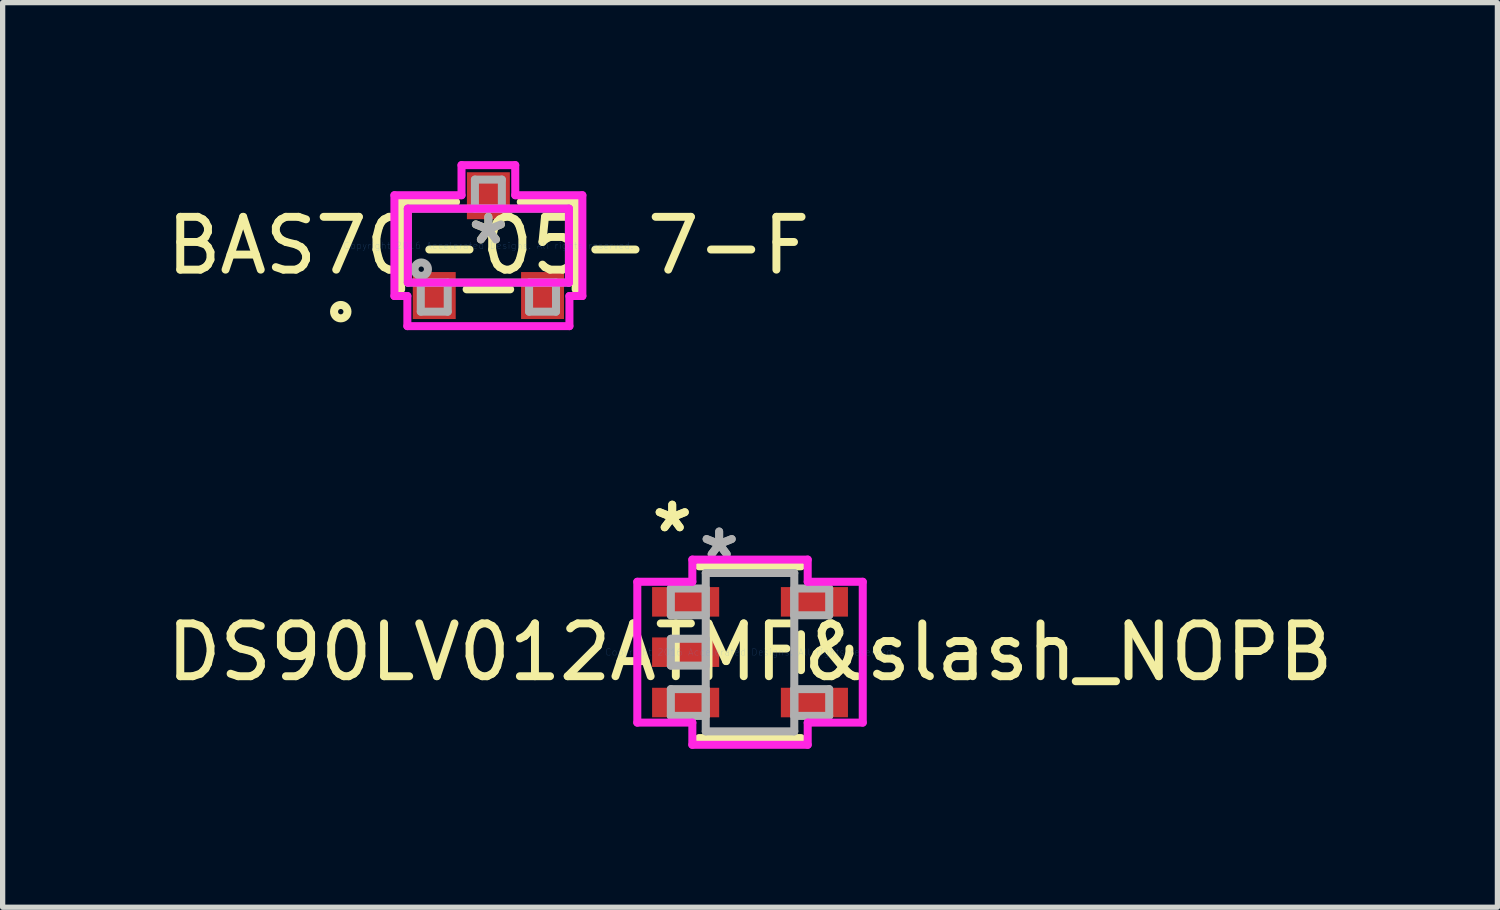
<source format=kicad_pcb>
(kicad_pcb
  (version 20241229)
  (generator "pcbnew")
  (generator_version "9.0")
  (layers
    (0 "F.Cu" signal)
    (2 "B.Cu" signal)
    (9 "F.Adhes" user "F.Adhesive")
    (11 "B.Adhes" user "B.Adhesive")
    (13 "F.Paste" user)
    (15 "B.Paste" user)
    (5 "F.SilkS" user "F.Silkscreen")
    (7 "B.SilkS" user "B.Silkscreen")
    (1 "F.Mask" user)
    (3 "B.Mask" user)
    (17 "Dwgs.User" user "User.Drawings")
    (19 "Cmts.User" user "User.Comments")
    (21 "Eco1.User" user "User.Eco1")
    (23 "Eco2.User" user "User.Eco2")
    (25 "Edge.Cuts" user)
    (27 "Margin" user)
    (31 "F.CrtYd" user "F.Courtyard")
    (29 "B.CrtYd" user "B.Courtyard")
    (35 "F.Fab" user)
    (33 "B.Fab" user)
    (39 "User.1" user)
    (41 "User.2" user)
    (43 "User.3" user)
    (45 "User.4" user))
  (footprint "BAS70-05-7-F"
    (layer "F.Cu")
    (at 6.196 1.6)
    (property "Reference" "BAS70-05-7-F" (at 0 0 0) (layer "F.SilkS") (effects (font (size 1 1) (thickness 0.15))))
    (attr through_hole)
    (fp_line (start -1.652 -0.827) (end -1.652 0.827) (stroke (width 0.152) (type solid)) (layer "F.SilkS"))
    (fp_line (start -0.613 -0.827) (end -1.652 -0.827) (stroke (width 0.152) (type solid)) (layer "F.SilkS"))
    (fp_line (start -0.412 0.827) (end 0.412 0.827) (stroke (width 0.152) (type solid)) (layer "F.SilkS"))
    (fp_line (start 1.652 -0.827) (end 0.613 -0.827) (stroke (width 0.152) (type solid)) (layer "F.SilkS"))
    (fp_line (start 1.652 0.827) (end 1.652 -0.827) (stroke (width 0.152) (type solid)) (layer "F.SilkS"))
    (fp_circle (center -2.795 1.25) (end -2.668 1.25) (stroke (width 0.152) (type solid)) (fill no) (layer "F.SilkS"))
    (fp_line (start -1.779 -0.954) (end -0.509 -0.954) (stroke (width 0.152) (type solid)) (layer "F.CrtYd"))
    (fp_line (start -1.779 0.954) (end -1.779 -0.954) (stroke (width 0.152) (type solid)) (layer "F.CrtYd"))
    (fp_line (start -1.534 0.954) (end -1.779 0.954) (stroke (width 0.152) (type solid)) (layer "F.CrtYd"))
    (fp_line (start -1.534 1.524) (end -1.534 0.954) (stroke (width 0.152) (type solid)) (layer "F.CrtYd"))
    (fp_line (start -1.525 -0.7) (end 1.525 -0.7) (stroke (width 0.152) (type solid)) (layer "F.CrtYd"))
    (fp_line (start -1.525 0.7) (end -1.525 -0.7) (stroke (width 0.152) (type solid)) (layer "F.CrtYd"))
    (fp_line (start -0.509 -1.524) (end 0.508 -1.524) (stroke (width 0.152) (type solid)) (layer "F.CrtYd"))
    (fp_line (start -0.509 -0.954) (end -0.509 -1.524) (stroke (width 0.152) (type solid)) (layer "F.CrtYd"))
    (fp_line (start 0.508 -1.524) (end 0.509 -0.954) (stroke (width 0.152) (type solid)) (layer "F.CrtYd"))
    (fp_line (start 0.509 -0.954) (end 1.779 -0.954) (stroke (width 0.152) (type solid)) (layer "F.CrtYd"))
    (fp_line (start 1.525 -0.7) (end 1.525 0.7) (stroke (width 0.152) (type solid)) (layer "F.CrtYd"))
    (fp_line (start 1.525 0.7) (end -1.525 0.7) (stroke (width 0.152) (type solid)) (layer "F.CrtYd"))
    (fp_line (start 1.534 0.954) (end 1.534 1.524) (stroke (width 0.152) (type solid)) (layer "F.CrtYd"))
    (fp_line (start 1.534 1.524) (end -1.534 1.524) (stroke (width 0.152) (type solid)) (layer "F.CrtYd"))
    (fp_line (start 1.779 -0.954) (end 1.779 0.954) (stroke (width 0.152) (type solid)) (layer "F.CrtYd"))
    (fp_line (start 1.779 0.954) (end 1.534 0.954) (stroke (width 0.152) (type solid)) (layer "F.CrtYd"))
    (fp_line (start -1.525 -0.7) (end -1.525 0.7) (stroke (width 0.152) (type solid)) (layer "F.Fab"))
    (fp_line (start -1.525 0.7) (end 1.525 0.7) (stroke (width 0.152) (type solid)) (layer "F.Fab"))
    (fp_line (start -1.28 0.7) (end -1.28 1.25) (stroke (width 0.152) (type solid)) (layer "F.Fab"))
    (fp_line (start -1.28 1.25) (end -0.77 1.25) (stroke (width 0.152) (type solid)) (layer "F.Fab"))
    (fp_line (start -0.77 0.7) (end -1.28 0.7) (stroke (width 0.152) (type solid)) (layer "F.Fab"))
    (fp_line (start -0.77 1.25) (end -0.77 0.7) (stroke (width 0.152) (type solid)) (layer "F.Fab"))
    (fp_line (start -0.255 -1.25) (end -0.255 -0.7) (stroke (width 0.152) (type solid)) (layer "F.Fab"))
    (fp_line (start -0.255 -0.7) (end 0.255 -0.7) (stroke (width 0.152) (type solid)) (layer "F.Fab"))
    (fp_line (start 0.255 -1.25) (end -0.255 -1.25) (stroke (width 0.152) (type solid)) (layer "F.Fab"))
    (fp_line (start 0.255 -0.7) (end 0.255 -1.25) (stroke (width 0.152) (type solid)) (layer "F.Fab"))
    (fp_line (start 0.77 0.7) (end 0.77 1.25) (stroke (width 0.152) (type solid)) (layer "F.Fab"))
    (fp_line (start 0.77 1.25) (end 1.28 1.25) (stroke (width 0.152) (type solid)) (layer "F.Fab"))
    (fp_line (start 1.28 0.7) (end 0.77 0.7) (stroke (width 0.152) (type solid)) (layer "F.Fab"))
    (fp_line (start 1.28 1.25) (end 1.28 0.7) (stroke (width 0.152) (type solid)) (layer "F.Fab"))
    (fp_line (start 1.525 -0.7) (end -1.525 -0.7) (stroke (width 0.152) (type solid)) (layer "F.Fab"))
    (fp_line (start 1.525 0.7) (end 1.525 -0.7) (stroke (width 0.152) (type solid)) (layer "F.Fab"))
    (fp_circle (center -1.271 0.446) (end -1.144 0.446) (stroke (width 0.152) (type solid)) (fill no) (layer "F.Fab"))
    (fp_text user "*" (at 0 0 0) (layer "F.SilkS") (effects (font (size 1 1) (thickness 0.15))))
    (fp_text user "Copyright 2016 Accelerated Designs. All rights reserved." (at 0 0 0) (layer "Cmts.User") (effects (font (size 0.127 0.127) (thickness 0.002))))
    (fp_text user "*" (at 0 0 0) (layer "F.Fab") (effects (font (size 1 1) (thickness 0.15))))
    (pad "1" smd rect (at -1.025 0.945) (size 0.813 0.889) (layers "F.Cu" "F.Mask" "F.Paste"))
    (pad "2" smd rect (at 1.025 0.945) (size 0.813 0.889) (layers "F.Cu" "F.Mask" "F.Paste"))
    (pad "3" smd rect (at 0 -0.945) (size 0.813 0.889) (layers "F.Cu" "F.Mask" "F.Paste")))
  (footprint "DS90LV012ATMF&slash_NOPB"
    (layer "F.Cu")
    (at 11.149 9.297)
    (property "Reference" "DS90LV012ATMF&slash_NOPB" (at 0 0 0) (layer "F.SilkS") (effects (font (size 1 1) (thickness 0.15))))
    (attr through_hole)
    (fp_line (start -0.965 1.626) (end 0.965 1.626) (stroke (width 0.152) (type solid)) (layer "F.SilkS"))
    (fp_line (start 0.965 -1.626) (end -0.965 -1.626) (stroke (width 0.152) (type solid)) (layer "F.SilkS"))
    (fp_line (start 0.965 0.34) (end 0.965 -0.34) (stroke (width 0.152) (type solid)) (layer "F.SilkS"))
    (fp_line (start -2.134 -1.333) (end -1.092 -1.333) (stroke (width 0.152) (type solid)) (layer "F.CrtYd"))
    (fp_line (start -2.134 1.333) (end -2.134 -1.333) (stroke (width 0.152) (type solid)) (layer "F.CrtYd"))
    (fp_line (start -1.092 -1.753) (end 1.092 -1.753) (stroke (width 0.152) (type solid)) (layer "F.CrtYd"))
    (fp_line (start -1.092 -1.333) (end -1.092 -1.753) (stroke (width 0.152) (type solid)) (layer "F.CrtYd"))
    (fp_line (start -1.092 1.333) (end -2.134 1.333) (stroke (width 0.152) (type solid)) (layer "F.CrtYd"))
    (fp_line (start -1.092 1.753) (end -1.092 1.333) (stroke (width 0.152) (type solid)) (layer "F.CrtYd"))
    (fp_line (start 1.092 -1.753) (end 1.092 -1.333) (stroke (width 0.152) (type solid)) (layer "F.CrtYd"))
    (fp_line (start 1.092 -1.333) (end 2.134 -1.333) (stroke (width 0.152) (type solid)) (layer "F.CrtYd"))
    (fp_line (start 1.092 1.333) (end 1.092 1.753) (stroke (width 0.152) (type solid)) (layer "F.CrtYd"))
    (fp_line (start 1.092 1.753) (end -1.092 1.753) (stroke (width 0.152) (type solid)) (layer "F.CrtYd"))
    (fp_line (start 2.134 -1.333) (end 2.134 1.333) (stroke (width 0.152) (type solid)) (layer "F.CrtYd"))
    (fp_line (start 2.134 1.333) (end 1.092 1.333) (stroke (width 0.152) (type solid)) (layer "F.CrtYd"))
    (fp_line (start -1.499 -1.206) (end -1.499 -0.699) (stroke (width 0.152) (type solid)) (layer "F.Fab"))
    (fp_line (start -1.499 -0.699) (end -0.838 -0.699) (stroke (width 0.152) (type solid)) (layer "F.Fab"))
    (fp_line (start -1.499 -0.254) (end -1.499 0.254) (stroke (width 0.152) (type solid)) (layer "F.Fab"))
    (fp_line (start -1.499 0.254) (end -0.838 0.254) (stroke (width 0.152) (type solid)) (layer "F.Fab"))
    (fp_line (start -1.499 0.699) (end -1.499 1.206) (stroke (width 0.152) (type solid)) (layer "F.Fab"))
    (fp_line (start -1.499 1.206) (end -0.838 1.206) (stroke (width 0.152) (type solid)) (layer "F.Fab"))
    (fp_line (start -0.838 -1.499) (end -0.838 1.499) (stroke (width 0.152) (type solid)) (layer "F.Fab"))
    (fp_line (start -0.838 -1.206) (end -1.499 -1.206) (stroke (width 0.152) (type solid)) (layer "F.Fab"))
    (fp_line (start -0.838 -0.699) (end -0.838 -1.206) (stroke (width 0.152) (type solid)) (layer "F.Fab"))
    (fp_line (start -0.838 -0.254) (end -1.499 -0.254) (stroke (width 0.152) (type solid)) (layer "F.Fab"))
    (fp_line (start -0.838 0.254) (end -0.838 -0.254) (stroke (width 0.152) (type solid)) (layer "F.Fab"))
    (fp_line (start -0.838 0.699) (end -1.499 0.699) (stroke (width 0.152) (type solid)) (layer "F.Fab"))
    (fp_line (start -0.838 1.206) (end -0.838 0.699) (stroke (width 0.152) (type solid)) (layer "F.Fab"))
    (fp_line (start -0.838 1.499) (end 0.838 1.499) (stroke (width 0.152) (type solid)) (layer "F.Fab"))
    (fp_line (start 0.838 -1.499) (end -0.838 -1.499) (stroke (width 0.152) (type solid)) (layer "F.Fab"))
    (fp_line (start 0.838 -1.206) (end 0.838 -0.699) (stroke (width 0.152) (type solid)) (layer "F.Fab"))
    (fp_line (start 0.838 -0.699) (end 1.499 -0.699) (stroke (width 0.152) (type solid)) (layer "F.Fab"))
    (fp_line (start 0.838 0.699) (end 0.838 1.206) (stroke (width 0.152) (type solid)) (layer "F.Fab"))
    (fp_line (start 0.838 1.206) (end 1.499 1.206) (stroke (width 0.152) (type solid)) (layer "F.Fab"))
    (fp_line (start 0.838 1.499) (end 0.838 -1.499) (stroke (width 0.152) (type solid)) (layer "F.Fab"))
    (fp_line (start 1.499 -1.206) (end 0.838 -1.206) (stroke (width 0.152) (type solid)) (layer "F.Fab"))
    (fp_line (start 1.499 -0.699) (end 1.499 -1.206) (stroke (width 0.152) (type solid)) (layer "F.Fab"))
    (fp_line (start 1.499 0.699) (end 0.838 0.699) (stroke (width 0.152) (type solid)) (layer "F.Fab"))
    (fp_line (start 1.499 1.206) (end 1.499 0.699) (stroke (width 0.152) (type solid)) (layer "F.Fab"))
    (fp_text user "*" (at -1.473 -2.248 0) (layer "F.SilkS") (effects (font (size 1 1) (thickness 0.15))))
    (fp_text user "*" (at -1.473 -2.248 0) (layer "F.SilkS") (effects (font (size 1 1) (thickness 0.15))))
    (fp_text user "Copyright 2016 Accelerated Designs. All rights reserved." (at 0 0 0) (layer "Cmts.User") (effects (font (size 0.127 0.127) (thickness 0.002))))
    (fp_text user "*" (at -0.584 -1.74 0) (layer "F.Fab") (effects (font (size 1 1) (thickness 0.15))))
    (fp_text user "*" (at -0.584 -1.74 0) (layer "F.Fab") (effects (font (size 1 1) (thickness 0.15))))
    (pad "1" smd rect (at -1.219 -0.953) (size 1.27 0.559) (layers "F.Cu" "F.Mask" "F.Paste"))
    (pad "2" smd rect (at -1.219 0) (size 1.27 0.559) (layers "F.Cu" "F.Mask" "F.Paste"))
    (pad "3" smd rect (at -1.219 0.953) (size 1.27 0.559) (layers "F.Cu" "F.Mask" "F.Paste"))
    (pad "4" smd rect (at 1.219 0.953) (size 1.27 0.559) (layers "F.Cu" "F.Mask" "F.Paste"))
    (pad "5" smd rect (at 1.219 -0.953) (size 1.27 0.559) (layers "F.Cu" "F.Mask" "F.Paste")))
  (gr_rect
    (start -3 -3)
    (end 25.298 14.125)
    (stroke (width 0.1) (type default))
    (fill no)
    (layer "Edge.Cuts")))
</source>
